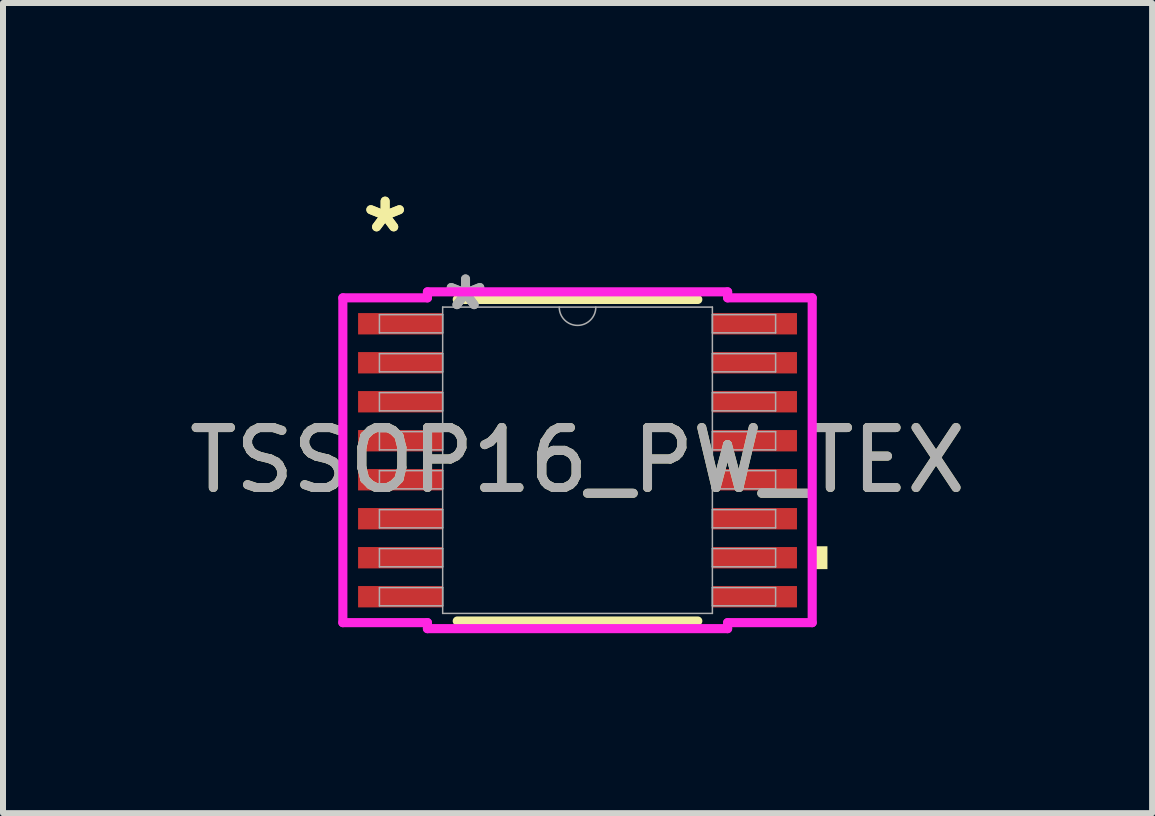
<source format=kicad_pcb>
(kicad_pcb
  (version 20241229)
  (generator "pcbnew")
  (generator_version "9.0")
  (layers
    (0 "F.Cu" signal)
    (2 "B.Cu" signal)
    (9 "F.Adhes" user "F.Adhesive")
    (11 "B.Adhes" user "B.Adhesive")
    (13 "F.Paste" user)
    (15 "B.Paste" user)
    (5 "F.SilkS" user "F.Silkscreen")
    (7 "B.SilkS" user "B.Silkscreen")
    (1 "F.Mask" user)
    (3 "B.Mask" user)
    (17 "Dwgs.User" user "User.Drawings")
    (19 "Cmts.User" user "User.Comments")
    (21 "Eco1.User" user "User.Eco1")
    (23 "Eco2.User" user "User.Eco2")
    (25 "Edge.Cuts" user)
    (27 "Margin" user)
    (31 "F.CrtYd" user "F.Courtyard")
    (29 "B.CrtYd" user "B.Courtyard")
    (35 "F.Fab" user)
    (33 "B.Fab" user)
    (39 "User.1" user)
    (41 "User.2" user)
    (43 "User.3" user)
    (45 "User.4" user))
  (footprint "TSSOP16_PW_TEX"
    (layer "F.Cu")
    (at 6.577 4.622)
    (property "Reference" "TSSOP16_PW_TEX" (at 0 0 0) (unlocked yes) (layer "F.SilkS") (effects (font (size 1 1) (thickness 0.15))))
    (attr smd)
    (fp_line (start -2.005 2.68) (end 2.005 2.68) (stroke (width 0.152) (type solid)) (layer "F.SilkS"))
    (fp_line (start 2.005 -2.68) (end -2.005 -2.68) (stroke (width 0.152) (type solid)) (layer "F.SilkS"))
    (fp_poly (pts (xy 4.166 1.434) (xy 4.166 1.815) (xy 3.912 1.815) (xy 3.912 1.434)) (stroke (width 0) (type solid)) (fill yes) (layer "F.SilkS"))
    (fp_line (start -3.912 -2.707) (end -2.502 -2.707) (stroke (width 0.152) (type solid)) (layer "F.CrtYd"))
    (fp_line (start -3.912 2.707) (end -3.912 -2.707) (stroke (width 0.152) (type solid)) (layer "F.CrtYd"))
    (fp_line (start -3.912 2.707) (end -2.502 2.707) (stroke (width 0.152) (type solid)) (layer "F.CrtYd"))
    (fp_line (start -2.502 -2.807) (end 2.502 -2.807) (stroke (width 0.152) (type solid)) (layer "F.CrtYd"))
    (fp_line (start -2.502 -2.707) (end -2.502 -2.807) (stroke (width 0.152) (type solid)) (layer "F.CrtYd"))
    (fp_line (start -2.502 2.807) (end -2.502 2.707) (stroke (width 0.152) (type solid)) (layer "F.CrtYd"))
    (fp_line (start 2.502 -2.807) (end 2.502 -2.707) (stroke (width 0.152) (type solid)) (layer "F.CrtYd"))
    (fp_line (start 2.502 2.707) (end 2.502 2.807) (stroke (width 0.152) (type solid)) (layer "F.CrtYd"))
    (fp_line (start 2.502 2.807) (end -2.502 2.807) (stroke (width 0.152) (type solid)) (layer "F.CrtYd"))
    (fp_line (start 3.912 -2.707) (end 2.502 -2.707) (stroke (width 0.152) (type solid)) (layer "F.CrtYd"))
    (fp_line (start 3.912 -2.707) (end 3.912 2.707) (stroke (width 0.152) (type solid)) (layer "F.CrtYd"))
    (fp_line (start 3.912 2.707) (end 2.502 2.707) (stroke (width 0.152) (type solid)) (layer "F.CrtYd"))
    (fp_line (start -3.302 -2.427) (end -3.302 -2.123) (stroke (width 0.025) (type solid)) (layer "F.Fab"))
    (fp_line (start -3.302 -2.123) (end -2.248 -2.123) (stroke (width 0.025) (type solid)) (layer "F.Fab"))
    (fp_line (start -3.302 -1.777) (end -3.302 -1.473) (stroke (width 0.025) (type solid)) (layer "F.Fab"))
    (fp_line (start -3.302 -1.473) (end -2.248 -1.473) (stroke (width 0.025) (type solid)) (layer "F.Fab"))
    (fp_line (start -3.302 -1.127) (end -3.302 -0.823) (stroke (width 0.025) (type solid)) (layer "F.Fab"))
    (fp_line (start -3.302 -0.823) (end -2.248 -0.823) (stroke (width 0.025) (type solid)) (layer "F.Fab"))
    (fp_line (start -3.302 -0.477) (end -3.302 -0.173) (stroke (width 0.025) (type solid)) (layer "F.Fab"))
    (fp_line (start -3.302 -0.173) (end -2.248 -0.173) (stroke (width 0.025) (type solid)) (layer "F.Fab"))
    (fp_line (start -3.302 0.173) (end -3.302 0.477) (stroke (width 0.025) (type solid)) (layer "F.Fab"))
    (fp_line (start -3.302 0.477) (end -2.248 0.477) (stroke (width 0.025) (type solid)) (layer "F.Fab"))
    (fp_line (start -3.302 0.823) (end -3.302 1.127) (stroke (width 0.025) (type solid)) (layer "F.Fab"))
    (fp_line (start -3.302 1.127) (end -2.248 1.127) (stroke (width 0.025) (type solid)) (layer "F.Fab"))
    (fp_line (start -3.302 1.473) (end -3.302 1.777) (stroke (width 0.025) (type solid)) (layer "F.Fab"))
    (fp_line (start -3.302 1.777) (end -2.248 1.777) (stroke (width 0.025) (type solid)) (layer "F.Fab"))
    (fp_line (start -3.302 2.123) (end -3.302 2.427) (stroke (width 0.025) (type solid)) (layer "F.Fab"))
    (fp_line (start -3.302 2.427) (end -2.248 2.427) (stroke (width 0.025) (type solid)) (layer "F.Fab"))
    (fp_line (start -2.248 -2.553) (end -2.248 2.553) (stroke (width 0.025) (type solid)) (layer "F.Fab"))
    (fp_line (start -2.248 -2.427) (end -3.302 -2.427) (stroke (width 0.025) (type solid)) (layer "F.Fab"))
    (fp_line (start -2.248 -2.123) (end -2.248 -2.427) (stroke (width 0.025) (type solid)) (layer "F.Fab"))
    (fp_line (start -2.248 -1.777) (end -3.302 -1.777) (stroke (width 0.025) (type solid)) (layer "F.Fab"))
    (fp_line (start -2.248 -1.473) (end -2.248 -1.777) (stroke (width 0.025) (type solid)) (layer "F.Fab"))
    (fp_line (start -2.248 -1.127) (end -3.302 -1.127) (stroke (width 0.025) (type solid)) (layer "F.Fab"))
    (fp_line (start -2.248 -0.823) (end -2.248 -1.127) (stroke (width 0.025) (type solid)) (layer "F.Fab"))
    (fp_line (start -2.248 -0.477) (end -3.302 -0.477) (stroke (width 0.025) (type solid)) (layer "F.Fab"))
    (fp_line (start -2.248 -0.173) (end -2.248 -0.477) (stroke (width 0.025) (type solid)) (layer "F.Fab"))
    (fp_line (start -2.248 0.173) (end -3.302 0.173) (stroke (width 0.025) (type solid)) (layer "F.Fab"))
    (fp_line (start -2.248 0.477) (end -2.248 0.173) (stroke (width 0.025) (type solid)) (layer "F.Fab"))
    (fp_line (start -2.248 0.823) (end -3.302 0.823) (stroke (width 0.025) (type solid)) (layer "F.Fab"))
    (fp_line (start -2.248 1.127) (end -2.248 0.823) (stroke (width 0.025) (type solid)) (layer "F.Fab"))
    (fp_line (start -2.248 1.473) (end -3.302 1.473) (stroke (width 0.025) (type solid)) (layer "F.Fab"))
    (fp_line (start -2.248 1.777) (end -2.248 1.473) (stroke (width 0.025) (type solid)) (layer "F.Fab"))
    (fp_line (start -2.248 2.123) (end -3.302 2.123) (stroke (width 0.025) (type solid)) (layer "F.Fab"))
    (fp_line (start -2.248 2.427) (end -2.248 2.123) (stroke (width 0.025) (type solid)) (layer "F.Fab"))
    (fp_line (start -2.248 2.553) (end 2.248 2.553) (stroke (width 0.025) (type solid)) (layer "F.Fab"))
    (fp_line (start 2.248 -2.553) (end -2.248 -2.553) (stroke (width 0.025) (type solid)) (layer "F.Fab"))
    (fp_line (start 2.248 -2.427) (end 2.248 -2.123) (stroke (width 0.025) (type solid)) (layer "F.Fab"))
    (fp_line (start 2.248 -2.123) (end 3.302 -2.123) (stroke (width 0.025) (type solid)) (layer "F.Fab"))
    (fp_line (start 2.248 -1.777) (end 2.248 -1.473) (stroke (width 0.025) (type solid)) (layer "F.Fab"))
    (fp_line (start 2.248 -1.473) (end 3.302 -1.473) (stroke (width 0.025) (type solid)) (layer "F.Fab"))
    (fp_line (start 2.248 -1.127) (end 2.248 -0.823) (stroke (width 0.025) (type solid)) (layer "F.Fab"))
    (fp_line (start 2.248 -0.823) (end 3.302 -0.823) (stroke (width 0.025) (type solid)) (layer "F.Fab"))
    (fp_line (start 2.248 -0.477) (end 2.248 -0.173) (stroke (width 0.025) (type solid)) (layer "F.Fab"))
    (fp_line (start 2.248 -0.173) (end 3.302 -0.173) (stroke (width 0.025) (type solid)) (layer "F.Fab"))
    (fp_line (start 2.248 0.173) (end 2.248 0.477) (stroke (width 0.025) (type solid)) (layer "F.Fab"))
    (fp_line (start 2.248 0.477) (end 3.302 0.477) (stroke (width 0.025) (type solid)) (layer "F.Fab"))
    (fp_line (start 2.248 0.823) (end 2.248 1.127) (stroke (width 0.025) (type solid)) (layer "F.Fab"))
    (fp_line (start 2.248 1.127) (end 3.302 1.127) (stroke (width 0.025) (type solid)) (layer "F.Fab"))
    (fp_line (start 2.248 1.473) (end 2.248 1.777) (stroke (width 0.025) (type solid)) (layer "F.Fab"))
    (fp_line (start 2.248 1.777) (end 3.302 1.777) (stroke (width 0.025) (type solid)) (layer "F.Fab"))
    (fp_line (start 2.248 2.123) (end 2.248 2.427) (stroke (width 0.025) (type solid)) (layer "F.Fab"))
    (fp_line (start 2.248 2.427) (end 3.302 2.427) (stroke (width 0.025) (type solid)) (layer "F.Fab"))
    (fp_line (start 2.248 2.553) (end 2.248 -2.553) (stroke (width 0.025) (type solid)) (layer "F.Fab"))
    (fp_line (start 3.302 -2.427) (end 2.248 -2.427) (stroke (width 0.025) (type solid)) (layer "F.Fab"))
    (fp_line (start 3.302 -2.123) (end 3.302 -2.427) (stroke (width 0.025) (type solid)) (layer "F.Fab"))
    (fp_line (start 3.302 -1.777) (end 2.248 -1.777) (stroke (width 0.025) (type solid)) (layer "F.Fab"))
    (fp_line (start 3.302 -1.473) (end 3.302 -1.777) (stroke (width 0.025) (type solid)) (layer "F.Fab"))
    (fp_line (start 3.302 -1.127) (end 2.248 -1.127) (stroke (width 0.025) (type solid)) (layer "F.Fab"))
    (fp_line (start 3.302 -0.823) (end 3.302 -1.127) (stroke (width 0.025) (type solid)) (layer "F.Fab"))
    (fp_line (start 3.302 -0.477) (end 2.248 -0.477) (stroke (width 0.025) (type solid)) (layer "F.Fab"))
    (fp_line (start 3.302 -0.173) (end 3.302 -0.477) (stroke (width 0.025) (type solid)) (layer "F.Fab"))
    (fp_line (start 3.302 0.173) (end 2.248 0.173) (stroke (width 0.025) (type solid)) (layer "F.Fab"))
    (fp_line (start 3.302 0.477) (end 3.302 0.173) (stroke (width 0.025) (type solid)) (layer "F.Fab"))
    (fp_line (start 3.302 0.823) (end 2.248 0.823) (stroke (width 0.025) (type solid)) (layer "F.Fab"))
    (fp_line (start 3.302 1.127) (end 3.302 0.823) (stroke (width 0.025) (type solid)) (layer "F.Fab"))
    (fp_line (start 3.302 1.473) (end 2.248 1.473) (stroke (width 0.025) (type solid)) (layer "F.Fab"))
    (fp_line (start 3.302 1.777) (end 3.302 1.473) (stroke (width 0.025) (type solid)) (layer "F.Fab"))
    (fp_line (start 3.302 2.123) (end 2.248 2.123) (stroke (width 0.025) (type solid)) (layer "F.Fab"))
    (fp_line (start 3.302 2.427) (end 3.302 2.123) (stroke (width 0.025) (type solid)) (layer "F.Fab"))
    (fp_arc (start 0.3048 -2.5527) (mid 0 -2.2479) (end -0.3048 -2.5527) (stroke (width 0.0254) (type solid)) (layer "F.Fab"))
    (fp_text user "*" (at -3.207 -3.774 0) (unlocked yes) (layer "F.SilkS") (effects (font (size 1 1) (thickness 0.15))))
    (fp_text user "*" (at -3.207 -3.774 0) (layer "F.SilkS") (effects (font (size 1 1) (thickness 0.15))))
    (fp_text user "*" (at -1.867 -2.477 0) (unlocked yes) (layer "F.Fab") (effects (font (size 1 1) (thickness 0.15))))
    (fp_text user "*" (at -1.867 -2.477 0) (layer "F.Fab") (effects (font (size 1 1) (thickness 0.15))))
    (fp_text user "${REFERENCE}" (at 0 0 0) (unlocked yes) (layer "F.Fab") (effects (font (size 1 1) (thickness 0.15))))
    (pad "1" smd rect (at -2.953 -2.275) (size 1.41 0.356) (layers "F.Cu" "F.Mask" "F.Paste"))
    (pad "2" smd rect (at -2.953 -1.625) (size 1.41 0.356) (layers "F.Cu" "F.Mask" "F.Paste"))
    (pad "3" smd rect (at -2.953 -0.975) (size 1.41 0.356) (layers "F.Cu" "F.Mask" "F.Paste"))
    (pad "4" smd rect (at -2.953 -0.325) (size 1.41 0.356) (layers "F.Cu" "F.Mask" "F.Paste"))
    (pad "5" smd rect (at -2.953 0.325) (size 1.41 0.356) (layers "F.Cu" "F.Mask" "F.Paste"))
    (pad "6" smd rect (at -2.953 0.975) (size 1.41 0.356) (layers "F.Cu" "F.Mask" "F.Paste"))
    (pad "7" smd rect (at -2.953 1.625) (size 1.41 0.356) (layers "F.Cu" "F.Mask" "F.Paste"))
    (pad "8" smd rect (at -2.953 2.275) (size 1.41 0.356) (layers "F.Cu" "F.Mask" "F.Paste"))
    (pad "9" smd rect (at 2.953 2.275) (size 1.41 0.356) (layers "F.Cu" "F.Mask" "F.Paste"))
    (pad "10" smd rect (at 2.953 1.625) (size 1.41 0.356) (layers "F.Cu" "F.Mask" "F.Paste"))
    (pad "11" smd rect (at 2.953 0.975) (size 1.41 0.356) (layers "F.Cu" "F.Mask" "F.Paste"))
    (pad "12" smd rect (at 2.953 0.325) (size 1.41 0.356) (layers "F.Cu" "F.Mask" "F.Paste"))
    (pad "13" smd rect (at 2.953 -0.325) (size 1.41 0.356) (layers "F.Cu" "F.Mask" "F.Paste"))
    (pad "14" smd rect (at 2.953 -0.975) (size 1.41 0.356) (layers "F.Cu" "F.Mask" "F.Paste"))
    (pad "15" smd rect (at 2.953 -1.625) (size 1.41 0.356) (layers "F.Cu" "F.Mask" "F.Paste"))
    (pad "16" smd rect (at 2.953 -2.275) (size 1.41 0.356) (layers "F.Cu" "F.Mask" "F.Paste")))
  (gr_rect
    (start -3 -3)
    (end 16.155 10.505)
    (stroke (width 0.1) (type default))
    (fill no)
    (layer "Edge.Cuts")))
</source>
